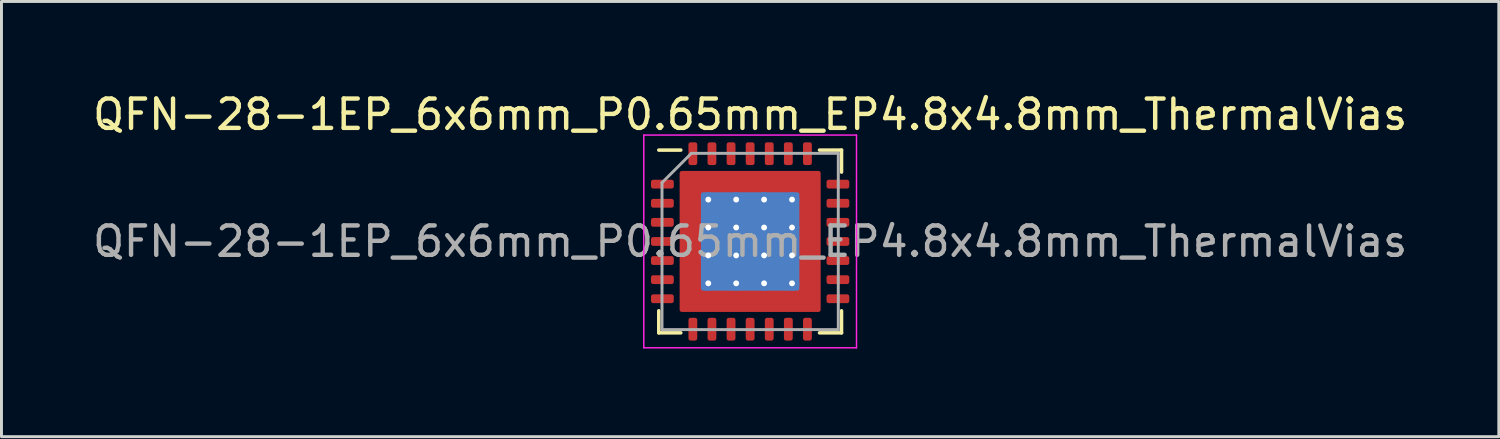
<source format=kicad_pcb>
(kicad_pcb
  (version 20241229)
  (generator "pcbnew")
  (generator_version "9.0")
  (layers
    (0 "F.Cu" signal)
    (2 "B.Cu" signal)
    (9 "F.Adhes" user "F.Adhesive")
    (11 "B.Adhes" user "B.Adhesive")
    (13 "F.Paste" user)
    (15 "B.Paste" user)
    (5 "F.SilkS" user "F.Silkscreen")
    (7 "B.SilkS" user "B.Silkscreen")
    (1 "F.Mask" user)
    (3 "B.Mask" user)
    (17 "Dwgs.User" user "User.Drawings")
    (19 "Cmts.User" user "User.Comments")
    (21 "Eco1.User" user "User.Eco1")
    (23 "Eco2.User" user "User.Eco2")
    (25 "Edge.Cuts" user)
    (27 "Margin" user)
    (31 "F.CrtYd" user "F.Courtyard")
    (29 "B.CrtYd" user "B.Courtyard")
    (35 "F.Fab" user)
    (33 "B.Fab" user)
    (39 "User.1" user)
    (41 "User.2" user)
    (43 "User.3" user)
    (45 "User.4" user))
  (footprint "QFN-28-1EP_6x6mm_P0.65mm_EP4.8x4.8mm_ThermalVias"
    (layer "F.Cu")
    (at 22.482 5.168)
    (property "Reference" "QFN-28-1EP_6x6mm_P0.65mm_EP4.8x4.8mm_ThermalVias" (at 0 -4.32 0) (layer "F.SilkS") (effects (font (size 1 1) (thickness 0.15))))
    (attr smd)
    (fp_line (start -3.11 3.11) (end -3.11 2.36) (stroke (width 0.12) (type solid)) (layer "F.SilkS"))
    (fp_line (start -2.36 -3.11) (end -3.11 -3.11) (stroke (width 0.12) (type solid)) (layer "F.SilkS"))
    (fp_line (start -2.36 3.11) (end -3.11 3.11) (stroke (width 0.12) (type solid)) (layer "F.SilkS"))
    (fp_line (start 2.36 -3.11) (end 3.11 -3.11) (stroke (width 0.12) (type solid)) (layer "F.SilkS"))
    (fp_line (start 2.36 3.11) (end 3.11 3.11) (stroke (width 0.12) (type solid)) (layer "F.SilkS"))
    (fp_line (start 3.11 -3.11) (end 3.11 -2.36) (stroke (width 0.12) (type solid)) (layer "F.SilkS"))
    (fp_line (start 3.11 3.11) (end 3.11 2.36) (stroke (width 0.12) (type solid)) (layer "F.SilkS"))
    (fp_line (start -3.62 -3.62) (end -3.62 3.62) (stroke (width 0.05) (type solid)) (layer "F.CrtYd"))
    (fp_line (start -3.62 3.62) (end 3.62 3.62) (stroke (width 0.05) (type solid)) (layer "F.CrtYd"))
    (fp_line (start 3.62 -3.62) (end -3.62 -3.62) (stroke (width 0.05) (type solid)) (layer "F.CrtYd"))
    (fp_line (start 3.62 3.62) (end 3.62 -3.62) (stroke (width 0.05) (type solid)) (layer "F.CrtYd"))
    (fp_line (start -3 -2) (end -2 -3) (stroke (width 0.1) (type solid)) (layer "F.Fab"))
    (fp_line (start -3 3) (end -3 -2) (stroke (width 0.1) (type solid)) (layer "F.Fab"))
    (fp_line (start -2 -3) (end 3 -3) (stroke (width 0.1) (type solid)) (layer "F.Fab"))
    (fp_line (start 3 -3) (end 3 3) (stroke (width 0.1) (type solid)) (layer "F.Fab"))
    (fp_line (start 3 3) (end -3 3) (stroke (width 0.1) (type solid)) (layer "F.Fab"))
    (fp_text user "${REFERENCE}" (at 0 0 0) (layer "F.Fab") (effects (font (size 1 1) (thickness 0.15))))
    (pad "" smd roundrect (at -1.913 -1.913) (size 0.786 0.786) (layers "F.Paste") (roundrect_rratio 0.25))
    (pad "" smd roundrect (at -1.913 -0.95) (size 0.786 0.766) (layers "F.Paste") (roundrect_rratio 0.25))
    (pad "" smd roundrect (at -1.913 0) (size 0.786 0.766) (layers "F.Paste") (roundrect_rratio 0.25))
    (pad "" smd roundrect (at -1.913 0.95) (size 0.786 0.766) (layers "F.Paste") (roundrect_rratio 0.25))
    (pad "" smd roundrect (at -1.913 1.913) (size 0.786 0.786) (layers "F.Paste") (roundrect_rratio 0.25))
    (pad "" smd roundrect (at -0.95 -1.913) (size 0.766 0.786) (layers "F.Paste") (roundrect_rratio 0.25))
    (pad "" smd roundrect (at -0.95 -0.95) (size 0.766 0.766) (layers "F.Paste") (roundrect_rratio 0.25))
    (pad "" smd roundrect (at -0.95 0) (size 0.766 0.766) (layers "F.Paste") (roundrect_rratio 0.25))
    (pad "" smd roundrect (at -0.95 0.95) (size 0.766 0.766) (layers "F.Paste") (roundrect_rratio 0.25))
    (pad "" smd roundrect (at -0.95 1.913) (size 0.766 0.786) (layers "F.Paste") (roundrect_rratio 0.25))
    (pad "" smd roundrect (at 0 -1.913) (size 0.766 0.786) (layers "F.Paste") (roundrect_rratio 0.25))
    (pad "" smd roundrect (at 0 -0.95) (size 0.766 0.766) (layers "F.Paste") (roundrect_rratio 0.25))
    (pad "" smd roundrect (at 0 0) (size 0.766 0.766) (layers "F.Paste") (roundrect_rratio 0.25))
    (pad "" smd roundrect (at 0 0.95) (size 0.766 0.766) (layers "F.Paste") (roundrect_rratio 0.25))
    (pad "" smd roundrect (at 0 1.913) (size 0.766 0.786) (layers "F.Paste") (roundrect_rratio 0.25))
    (pad "" smd roundrect (at 0.95 -1.913) (size 0.766 0.786) (layers "F.Paste") (roundrect_rratio 0.25))
    (pad "" smd roundrect (at 0.95 -0.95) (size 0.766 0.766) (layers "F.Paste") (roundrect_rratio 0.25))
    (pad "" smd roundrect (at 0.95 0) (size 0.766 0.766) (layers "F.Paste") (roundrect_rratio 0.25))
    (pad "" smd roundrect (at 0.95 0.95) (size 0.766 0.766) (layers "F.Paste") (roundrect_rratio 0.25))
    (pad "" smd roundrect (at 0.95 1.913) (size 0.766 0.786) (layers "F.Paste") (roundrect_rratio 0.25))
    (pad "" smd roundrect (at 1.913 -1.913) (size 0.786 0.786) (layers "F.Paste") (roundrect_rratio 0.25))
    (pad "" smd roundrect (at 1.913 -0.95) (size 0.786 0.766) (layers "F.Paste") (roundrect_rratio 0.25))
    (pad "" smd roundrect (at 1.913 0) (size 0.786 0.766) (layers "F.Paste") (roundrect_rratio 0.25))
    (pad "" smd roundrect (at 1.913 0.95) (size 0.786 0.766) (layers "F.Paste") (roundrect_rratio 0.25))
    (pad "" smd roundrect (at 1.913 1.913) (size 0.786 0.786) (layers "F.Paste") (roundrect_rratio 0.25))
    (pad "1" smd roundrect (at -2.987 -1.95) (size 0.775 0.3) (layers "F.Cu" "F.Mask" "F.Paste") (roundrect_rratio 0.25))
    (pad "2" smd roundrect (at -2.987 -1.3) (size 0.775 0.3) (layers "F.Cu" "F.Mask" "F.Paste") (roundrect_rratio 0.25))
    (pad "3" smd roundrect (at -2.987 -0.65) (size 0.775 0.3) (layers "F.Cu" "F.Mask" "F.Paste") (roundrect_rratio 0.25))
    (pad "4" smd roundrect (at -2.987 0) (size 0.775 0.3) (layers "F.Cu" "F.Mask" "F.Paste") (roundrect_rratio 0.25))
    (pad "5" smd roundrect (at -2.987 0.65) (size 0.775 0.3) (layers "F.Cu" "F.Mask" "F.Paste") (roundrect_rratio 0.25))
    (pad "6" smd roundrect (at -2.987 1.3) (size 0.775 0.3) (layers "F.Cu" "F.Mask" "F.Paste") (roundrect_rratio 0.25))
    (pad "7" smd roundrect (at -2.987 1.95) (size 0.775 0.3) (layers "F.Cu" "F.Mask" "F.Paste") (roundrect_rratio 0.25))
    (pad "8" smd roundrect (at -1.95 2.987) (size 0.3 0.775) (layers "F.Cu" "F.Mask" "F.Paste") (roundrect_rratio 0.25))
    (pad "9" smd roundrect (at -1.3 2.987) (size 0.3 0.775) (layers "F.Cu" "F.Mask" "F.Paste") (roundrect_rratio 0.25))
    (pad "10" smd roundrect (at -0.65 2.987) (size 0.3 0.775) (layers "F.Cu" "F.Mask" "F.Paste") (roundrect_rratio 0.25))
    (pad "11" smd roundrect (at 0 2.987) (size 0.3 0.775) (layers "F.Cu" "F.Mask" "F.Paste") (roundrect_rratio 0.25))
    (pad "12" smd roundrect (at 0.65 2.987) (size 0.3 0.775) (layers "F.Cu" "F.Mask" "F.Paste") (roundrect_rratio 0.25))
    (pad "13" smd roundrect (at 1.3 2.987) (size 0.3 0.775) (layers "F.Cu" "F.Mask" "F.Paste") (roundrect_rratio 0.25))
    (pad "14" smd roundrect (at 1.95 2.987) (size 0.3 0.775) (layers "F.Cu" "F.Mask" "F.Paste") (roundrect_rratio 0.25))
    (pad "15" smd roundrect (at 2.987 1.95) (size 0.775 0.3) (layers "F.Cu" "F.Mask" "F.Paste") (roundrect_rratio 0.25))
    (pad "16" smd roundrect (at 2.987 1.3) (size 0.775 0.3) (layers "F.Cu" "F.Mask" "F.Paste") (roundrect_rratio 0.25))
    (pad "17" smd roundrect (at 2.987 0.65) (size 0.775 0.3) (layers "F.Cu" "F.Mask" "F.Paste") (roundrect_rratio 0.25))
    (pad "18" smd roundrect (at 2.987 0) (size 0.775 0.3) (layers "F.Cu" "F.Mask" "F.Paste") (roundrect_rratio 0.25))
    (pad "19" smd roundrect (at 2.987 -0.65) (size 0.775 0.3) (layers "F.Cu" "F.Mask" "F.Paste") (roundrect_rratio 0.25))
    (pad "20" smd roundrect (at 2.987 -1.3) (size 0.775 0.3) (layers "F.Cu" "F.Mask" "F.Paste") (roundrect_rratio 0.25))
    (pad "21" smd roundrect (at 2.987 -1.95) (size 0.775 0.3) (layers "F.Cu" "F.Mask" "F.Paste") (roundrect_rratio 0.25))
    (pad "22" smd roundrect (at 1.95 -2.987) (size 0.3 0.775) (layers "F.Cu" "F.Mask" "F.Paste") (roundrect_rratio 0.25))
    (pad "23" smd roundrect (at 1.3 -2.987) (size 0.3 0.775) (layers "F.Cu" "F.Mask" "F.Paste") (roundrect_rratio 0.25))
    (pad "24" smd roundrect (at 0.65 -2.987) (size 0.3 0.775) (layers "F.Cu" "F.Mask" "F.Paste") (roundrect_rratio 0.25))
    (pad "25" smd roundrect (at 0 -2.987) (size 0.3 0.775) (layers "F.Cu" "F.Mask" "F.Paste") (roundrect_rratio 0.25))
    (pad "26" smd roundrect (at -0.65 -2.987) (size 0.3 0.775) (layers "F.Cu" "F.Mask" "F.Paste") (roundrect_rratio 0.25))
    (pad "27" smd roundrect (at -1.3 -2.987) (size 0.3 0.775) (layers "F.Cu" "F.Mask" "F.Paste") (roundrect_rratio 0.25))
    (pad "28" smd roundrect (at -1.95 -2.987) (size 0.3 0.775) (layers "F.Cu" "F.Mask" "F.Paste") (roundrect_rratio 0.25))
    (pad "29" thru_hole circle (at -1.425 -1.425) (size 0.5 0.5) (drill 0.2) (layers "*.Cu"))
    (pad "29" thru_hole circle (at -1.425 -0.475) (size 0.5 0.5) (drill 0.2) (layers "*.Cu"))
    (pad "29" thru_hole circle (at -1.425 0.475) (size 0.5 0.5) (drill 0.2) (layers "*.Cu"))
    (pad "29" thru_hole circle (at -1.425 1.425) (size 0.5 0.5) (drill 0.2) (layers "*.Cu"))
    (pad "29" thru_hole circle (at -0.475 -1.425) (size 0.5 0.5) (drill 0.2) (layers "*.Cu"))
    (pad "29" thru_hole circle (at -0.475 -0.475) (size 0.5 0.5) (drill 0.2) (layers "*.Cu"))
    (pad "29" thru_hole circle (at -0.475 0.475) (size 0.5 0.5) (drill 0.2) (layers "*.Cu"))
    (pad "29" thru_hole circle (at -0.475 1.425) (size 0.5 0.5) (drill 0.2) (layers "*.Cu"))
    (pad "29" smd roundrect (at 0 0) (size 3.35 3.35) (layers "B.Cu") (roundrect_rratio 0.022))
    (pad "29" smd roundrect (at 0 0) (size 4.8 4.8) (layers "F.Cu" "F.Mask") (roundrect_rratio 0.016))
    (pad "29" thru_hole circle (at 0.475 -1.425) (size 0.5 0.5) (drill 0.2) (layers "*.Cu"))
    (pad "29" thru_hole circle (at 0.475 -0.475) (size 0.5 0.5) (drill 0.2) (layers "*.Cu"))
    (pad "29" thru_hole circle (at 0.475 0.475) (size 0.5 0.5) (drill 0.2) (layers "*.Cu"))
    (pad "29" thru_hole circle (at 0.475 1.425) (size 0.5 0.5) (drill 0.2) (layers "*.Cu"))
    (pad "29" thru_hole circle (at 1.425 -1.425) (size 0.5 0.5) (drill 0.2) (layers "*.Cu"))
    (pad "29" thru_hole circle (at 1.425 -0.475) (size 0.5 0.5) (drill 0.2) (layers "*.Cu"))
    (pad "29" thru_hole circle (at 1.425 0.475) (size 0.5 0.5) (drill 0.2) (layers "*.Cu"))
    (pad "29" thru_hole circle (at 1.425 1.425) (size 0.5 0.5) (drill 0.2) (layers "*.Cu")))
  (gr_rect
    (start -3 -3)
    (end 47.964 11.813)
    (stroke (width 0.1) (type default))
    (fill no)
    (layer "Edge.Cuts")))
</source>
